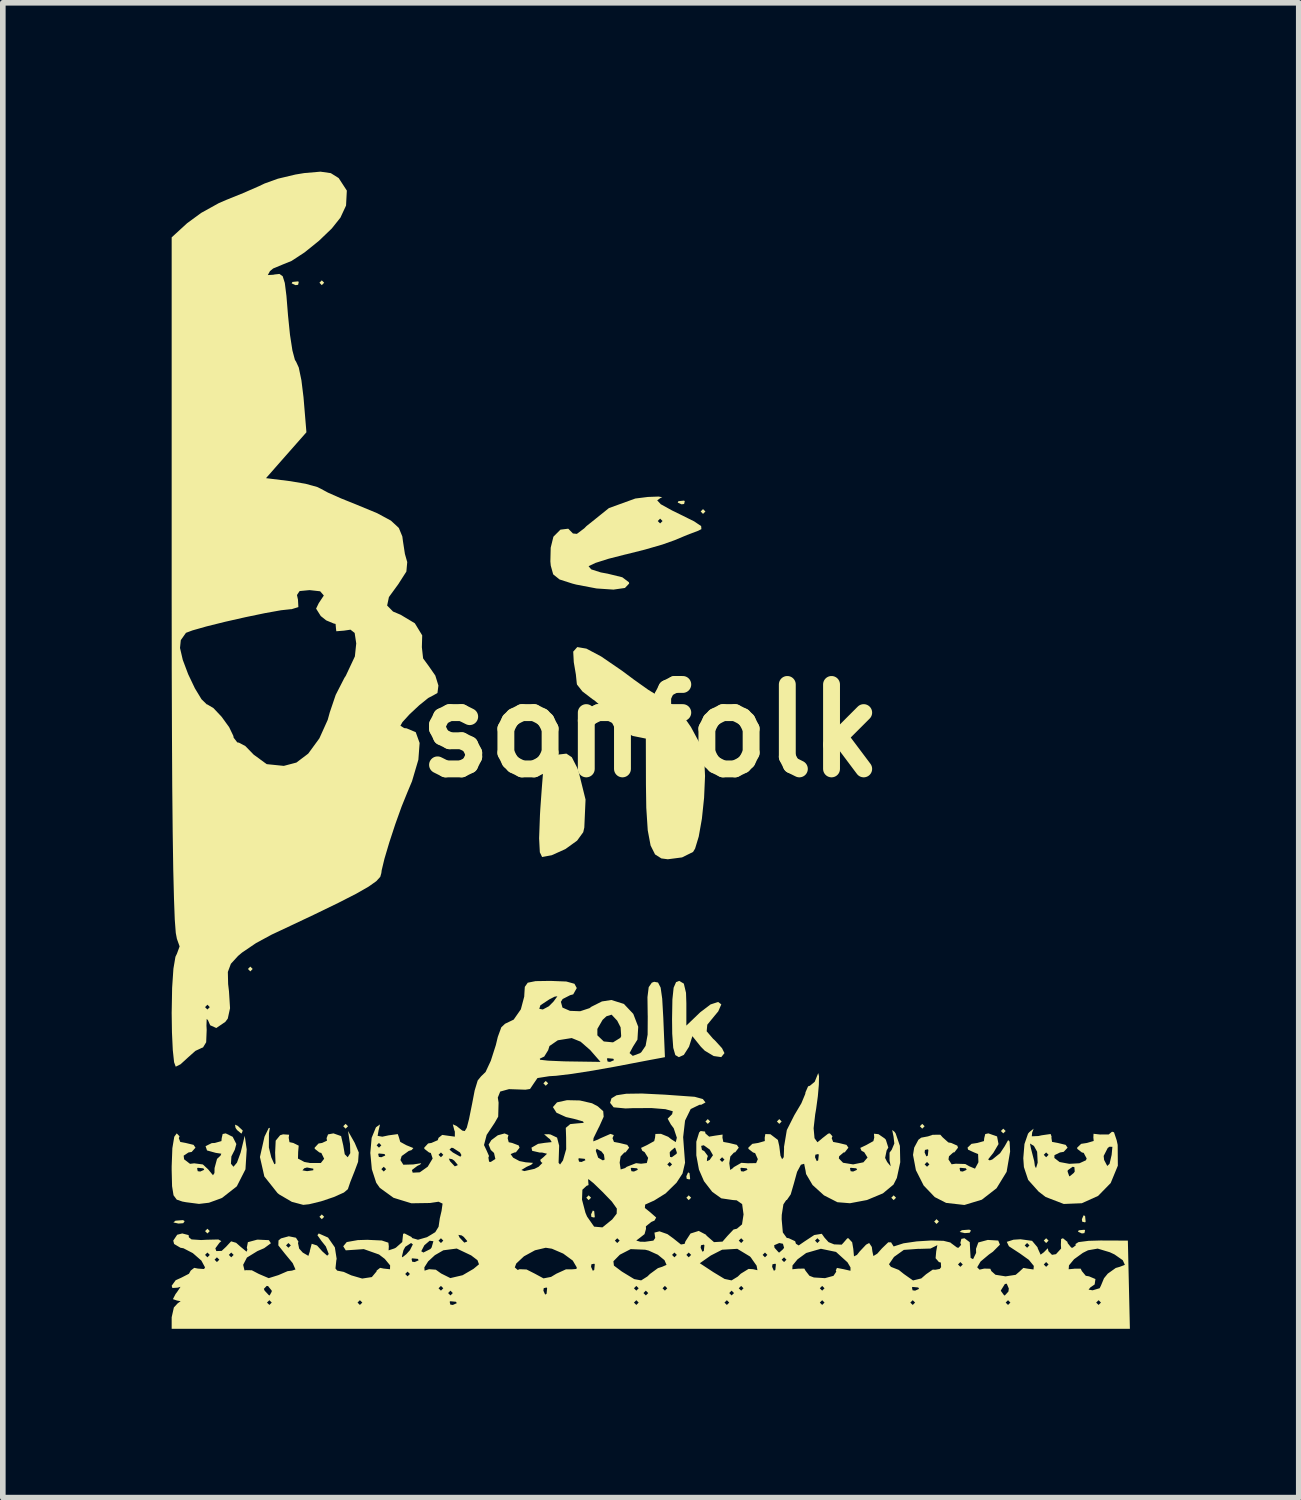
<source format=kicad_pcb>
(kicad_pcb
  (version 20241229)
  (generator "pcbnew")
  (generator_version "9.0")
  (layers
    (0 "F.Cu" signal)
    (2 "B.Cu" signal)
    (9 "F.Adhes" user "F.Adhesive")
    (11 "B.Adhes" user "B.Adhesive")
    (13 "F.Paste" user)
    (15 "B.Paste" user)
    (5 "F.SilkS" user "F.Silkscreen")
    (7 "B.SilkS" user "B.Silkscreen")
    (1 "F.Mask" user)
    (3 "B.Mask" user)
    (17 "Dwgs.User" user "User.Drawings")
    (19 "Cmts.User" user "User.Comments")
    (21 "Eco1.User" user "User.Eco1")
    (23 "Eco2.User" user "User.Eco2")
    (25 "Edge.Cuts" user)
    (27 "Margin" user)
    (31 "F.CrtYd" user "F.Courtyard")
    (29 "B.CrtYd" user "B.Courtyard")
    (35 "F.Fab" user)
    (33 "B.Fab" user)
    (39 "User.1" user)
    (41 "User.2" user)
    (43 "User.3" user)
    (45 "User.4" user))
  (footprint "sonfolk"
    (layer "F.Cu")
    (at 8.509 9.932)
    (property "Reference" "sonfolk" (at 0 0 0) (layer "F.SilkS") (effects (font (size 1.5 1.5) (thickness 0.3))))
    (attr board_only exclude_from_pos_files exclude_from_bom)
    (fp_poly (pts (xy -7.832 8.89) (xy -7.874 8.932) (xy -7.916 8.89) (xy -7.874 8.848)) (stroke (width 0) (type solid)) (fill yes) (layer "F.SilkS"))
    (fp_poly (pts (xy -7.07 4.233) (xy -7.112 4.276) (xy -7.154 4.233) (xy -7.112 4.191)) (stroke (width 0) (type solid)) (fill yes) (layer "F.SilkS"))
    (fp_poly (pts (xy -5.8 -7.959) (xy -5.842 -7.916) (xy -5.884 -7.959) (xy -5.842 -8.001)) (stroke (width 0) (type solid)) (fill yes) (layer "F.SilkS"))
    (fp_poly (pts (xy -5.8 8.636) (xy -5.842 8.678) (xy -5.884 8.636) (xy -5.842 8.594)) (stroke (width 0) (type solid)) (fill yes) (layer "F.SilkS"))
    (fp_poly (pts (xy -5.376 7.027) (xy -5.419 7.07) (xy -5.461 7.027) (xy -5.419 6.985)) (stroke (width 0) (type solid)) (fill yes) (layer "F.SilkS"))
    (fp_poly (pts (xy -1.82 6.265) (xy -1.863 6.308) (xy -1.905 6.265) (xy -1.863 6.223)) (stroke (width 0) (type solid)) (fill yes) (layer "F.SilkS"))
    (fp_poly (pts (xy -1.058 8.297) (xy -1.101 8.34) (xy -1.143 8.297) (xy -1.101 8.255)) (stroke (width 0) (type solid)) (fill yes) (layer "F.SilkS"))
    (fp_poly (pts (xy 0.72 8.297) (xy 0.677 8.34) (xy 0.635 8.297) (xy 0.677 8.255)) (stroke (width 0) (type solid)) (fill yes) (layer "F.SilkS"))
    (fp_poly (pts (xy 0.974 -3.895) (xy 0.931 -3.852) (xy 0.889 -3.895) (xy 0.931 -3.937)) (stroke (width 0) (type solid)) (fill yes) (layer "F.SilkS"))
    (fp_poly (pts (xy 1.058 6.943) (xy 1.016 6.985) (xy 0.974 6.943) (xy 1.016 6.9)) (stroke (width 0) (type solid)) (fill yes) (layer "F.SilkS"))
    (fp_poly (pts (xy 2.328 6.943) (xy 2.286 6.985) (xy 2.244 6.943) (xy 2.286 6.9)) (stroke (width 0) (type solid)) (fill yes) (layer "F.SilkS"))
    (fp_poly (pts (xy 4.36 8.297) (xy 4.318 8.34) (xy 4.276 8.297) (xy 4.318 8.255)) (stroke (width 0) (type solid)) (fill yes) (layer "F.SilkS"))
    (fp_poly (pts (xy 4.868 7.027) (xy 4.826 7.07) (xy 4.784 7.027) (xy 4.826 6.985)) (stroke (width 0) (type solid)) (fill yes) (layer "F.SilkS"))
    (fp_poly (pts (xy 5.122 8.721) (xy 5.08 8.763) (xy 5.038 8.721) (xy 5.08 8.678)) (stroke (width 0) (type solid)) (fill yes) (layer "F.SilkS"))
    (fp_poly (pts (xy 6.308 7.112) (xy 6.265 7.154) (xy 6.223 7.112) (xy 6.265 7.07)) (stroke (width 0) (type solid)) (fill yes) (layer "F.SilkS"))
    (fp_poly (pts (xy 7.07 9.059) (xy 7.027 9.102) (xy 6.985 9.059) (xy 7.027 9.017)) (stroke (width 0) (type solid)) (fill yes) (layer "F.SilkS"))
    (fp_poly (pts (xy -8.278 8.712) (xy -8.303 8.75) (xy -8.389 8.756) (xy -8.479 8.736) (xy -8.44 8.705) (xy -8.308 8.695)) (stroke (width 0) (type solid)) (fill yes) (layer "F.SilkS"))
    (fp_poly (pts (xy -6.251 -7.973) (xy -6.263 -7.922) (xy -6.308 -7.916) (xy -6.377 -7.947) (xy -6.364 -7.973) (xy -6.264 -7.983)) (stroke (width 0) (type solid)) (fill yes) (layer "F.SilkS"))
    (fp_poly (pts (xy -1.002 8.537) (xy -0.992 8.638) (xy -1.002 8.65) (xy -1.052 8.638) (xy -1.058 8.594) (xy -1.027 8.524)) (stroke (width 0) (type solid)) (fill yes) (layer "F.SilkS"))
    (fp_poly (pts (xy 0.607 -4.078) (xy 0.595 -4.028) (xy 0.55 -4.022) (xy 0.481 -4.053) (xy 0.494 -4.078) (xy 0.594 -4.088)) (stroke (width 0) (type solid)) (fill yes) (layer "F.SilkS"))
    (fp_poly (pts (xy 0.691 7.86) (xy 0.702 7.96) (xy 0.691 7.973) (xy 0.641 7.961) (xy 0.635 7.916) (xy 0.666 7.847)) (stroke (width 0) (type solid)) (fill yes) (layer "F.SilkS"))
    (fp_poly (pts (xy 5.692 8.881) (xy 5.667 8.92) (xy 5.581 8.926) (xy 5.491 8.905) (xy 5.53 8.874) (xy 5.662 8.864)) (stroke (width 0) (type solid)) (fill yes) (layer "F.SilkS"))
    (fp_poly (pts (xy 7.719 8.622) (xy 7.729 8.722) (xy 7.719 8.735) (xy 7.668 8.723) (xy 7.662 8.678) (xy 7.693 8.609)) (stroke (width 0) (type solid)) (fill yes) (layer "F.SilkS"))
    (fp_poly (pts (xy 7.719 8.876) (xy 7.707 8.926) (xy 7.662 8.932) (xy 7.593 8.901) (xy 7.606 8.876) (xy 7.706 8.866)) (stroke (width 0) (type solid)) (fill yes) (layer "F.SilkS"))
    (fp_poly (pts (xy -7.337 7.019) (xy -7.246 7.104) (xy -7.265 7.154) (xy -7.276 7.154) (xy -7.348 7.094) (xy -7.374 7.057) (xy -7.384 6.999)) (stroke (width 0) (type solid)) (fill yes) (layer "F.SilkS"))
    (fp_poly (pts (xy -1.4 0.471) (xy -1.307 0.653) (xy -1.282 0.715) (xy -1.156 1.223) (xy -1.178 1.72) (xy -1.197 1.803) (xy -1.306 1.953) (xy -1.514 2.103) (xy -1.756 2.212) (xy -1.928 2.244) (xy -1.968 2.16) (xy -1.981 1.912) (xy -1.966 1.501) (xy -1.959 1.381) (xy -1.933 1.02) (xy -1.91 0.729) (xy -1.891 0.545) (xy -1.882 0.499) (xy -1.795 0.466) (xy -1.641 0.424) (xy -1.496 0.407)) (stroke (width 0) (type solid)) (fill yes) (layer "F.SilkS"))
    (fp_poly (pts (xy 0.59 4.493) (xy 0.629 4.657) (xy 0.635 4.842) (xy 0.635 5.239) (xy 0.882 5.002) (xy 1.065 4.863) (xy 1.2 4.819) (xy 1.256 4.862) (xy 1.202 4.986) (xy 1.142 5.058) (xy 1.007 5.223) (xy 0.996 5.34) (xy 1.11 5.473) (xy 1.143 5.503) (xy 1.269 5.641) (xy 1.312 5.728) (xy 1.255 5.799) (xy 1.121 5.78) (xy 0.963 5.686) (xy 0.892 5.614) (xy 0.742 5.427) (xy 0.683 5.614) (xy 0.59 5.76) (xy 0.502 5.8) (xy 0.439 5.763) (xy 0.402 5.634) (xy 0.384 5.384) (xy 0.381 5.122) (xy 0.387 4.775) (xy 0.409 4.566) (xy 0.452 4.467) (xy 0.508 4.445)) (stroke (width 0) (type solid)) (fill yes) (layer "F.SilkS"))
    (fp_poly (pts (xy -1.14 -1.458) (xy -0.877 -1.318) (xy -0.506 -1.064) (xy -0.289 -0.902) (xy -0.042 -0.727) (xy 0.179 -0.591) (xy 0.273 -0.545) (xy 0.423 -0.434) (xy 0.604 -0.228) (xy 0.716 -0.066) (xy 0.881 0.24) (xy 0.954 0.526) (xy 0.967 0.804) (xy 0.95 1.192) (xy 0.911 1.565) (xy 0.855 1.881) (xy 0.79 2.095) (xy 0.754 2.154) (xy 0.559 2.251) (xy 0.306 2.284) (xy 0.191 2.269) (xy 0.079 2.198) (xy -0.000426 2.039) (xy -0.051 1.77) (xy -0.077 1.369) (xy -0.083 0.959) (xy -0.085 0.14) (xy -0.318 0.093) (xy -0.55 -0.03) (xy -0.65 -0.169) (xy -0.789 -0.358) (xy -0.999 -0.539) (xy -1.031 -0.559) (xy -1.211 -0.697) (xy -1.308 -0.82) (xy -1.312 -0.843) (xy -1.328 -1) (xy -1.365 -1.217) (xy -1.375 -1.405) (xy -1.303 -1.486)) (stroke (width 0) (type solid)) (fill yes) (layer "F.SilkS"))
    (fp_poly (pts (xy 0.207 -4.148) (xy 0.173 -4.133) (xy 0.117 -4.093) (xy 0.18 -4.024) (xy 0.379 -3.914) (xy 0.512 -3.849) (xy 0.774 -3.719) (xy 0.898 -3.635) (xy 0.902 -3.581) (xy 0.847 -3.553) (xy 0.647 -3.477) (xy 0.422 -3.383) (xy 0.211 -3.308) (xy -0.1 -3.218) (xy -0.442 -3.132) (xy -0.445 -3.132) (xy -0.747 -3.055) (xy -0.98 -2.981) (xy -1.097 -2.925) (xy -1.101 -2.92) (xy -1.054 -2.866) (xy -0.884 -2.812) (xy -0.764 -2.79) (xy -0.503 -2.726) (xy -0.386 -2.638) (xy -0.381 -2.615) (xy -0.456 -2.536) (xy -0.66 -2.507) (xy -0.96 -2.527) (xy -1.321 -2.596) (xy -1.387 -2.613) (xy -1.618 -2.687) (xy -1.731 -2.778) (xy -1.774 -2.933) (xy -1.781 -3.007) (xy -1.775 -3.252) (xy -1.728 -3.443) (xy -1.724 -3.45) (xy -1.602 -3.572) (xy -1.463 -3.589) (xy -1.38 -3.504) (xy -1.31 -3.497) (xy -1.178 -3.596) (xy -1.14 -3.635) (xy -1.027 -3.725) (xy 0.127 -3.725) (xy 0.169 -3.683) (xy 0.212 -3.725) (xy 0.169 -3.768) (xy 0.127 -3.725) (xy -1.027 -3.725) (xy -0.741 -3.955) (xy -0.272 -4.125) (xy -0.048 -4.153) (xy 0.142 -4.16)) (stroke (width 0) (type solid)) (fill yes) (layer "F.SilkS"))
    (fp_poly (pts (xy -7.425 7.215) (xy -7.36 7.343) (xy -7.388 7.445) (xy -7.448 7.563) (xy -7.456 7.693) (xy -7.411 7.747) (xy -7.349 7.674) (xy -7.284 7.496) (xy -7.278 7.472) (xy -7.211 7.197) (xy -7.176 7.439) (xy -7.198 7.792) (xy -7.352 8.095) (xy -7.612 8.299) (xy -7.632 8.308) (xy -7.846 8.386) (xy -8.023 8.407) (xy -8.254 8.377) (xy -8.319 8.365) (xy -8.419 8.331) (xy -8.476 8.254) (xy -8.502 8.092) (xy -8.509 7.808) (xy -8.509 7.775) (xy -8.057 7.775) (xy -8.046 7.826) (xy -8.001 7.832) (xy -7.931 7.801) (xy -7.945 7.775) (xy -8.045 7.765) (xy -8.057 7.775) (xy -8.509 7.775) (xy -8.509 7.741) (xy -8.497 7.418) (xy -8.463 7.214) (xy -8.419 7.154) (xy -8.369 7.206) (xy -8.382 7.239) (xy -8.356 7.306) (xy -8.26 7.324) (xy -8.12 7.358) (xy -8.086 7.408) (xy -8.154 7.484) (xy -8.21 7.493) (xy -8.296 7.55) (xy -8.288 7.615) (xy -8.183 7.695) (xy -8.109 7.686) (xy -7.955 7.706) (xy -7.862 7.792) (xy -7.775 7.898) (xy -7.749 7.858) (xy -7.747 7.77) (xy -7.703 7.607) (xy -7.641 7.549) (xy -7.627 7.515) (xy -7.726 7.5) (xy -7.881 7.457) (xy -7.907 7.381) (xy -7.797 7.327) (xy -7.742 7.324) (xy -7.625 7.291) (xy -7.62 7.239) (xy -7.603 7.165) (xy -7.549 7.154)) (stroke (width 0) (type solid)) (fill yes) (layer "F.SilkS"))
    (fp_poly (pts (xy -6.781 7.156) (xy -6.782 7.404) (xy -6.739 7.58) (xy -6.684 7.704) (xy -6.664 7.688) (xy -6.67 7.519) (xy -6.671 7.496) (xy -6.661 7.283) (xy -6.582 7.187) (xy -6.53 7.171) (xy -6.422 7.178) (xy -6.43 7.231) (xy -6.416 7.31) (xy -6.349 7.324) (xy -6.252 7.372) (xy -6.262 7.483) (xy -6.265 7.602) (xy -6.149 7.663) (xy -6.056 7.68) (xy -5.859 7.68) (xy -5.8 7.605) (xy -5.85 7.502) (xy -5.884 7.493) (xy -5.967 7.429) (xy -5.969 7.408) (xy -5.9 7.334) (xy -5.837 7.324) (xy -5.749 7.283) (xy -5.757 7.239) (xy -5.731 7.172) (xy -5.635 7.154) (xy -5.499 7.202) (xy -5.461 7.366) (xy -5.434 7.525) (xy -5.382 7.578) (xy -5.336 7.506) (xy -5.34 7.345) (xy -5.376 7.112) (xy -5.257 7.323) (xy -5.185 7.493) (xy -5.197 7.659) (xy -5.257 7.82) (xy -5.335 8.017) (xy -5.375 8.134) (xy -5.376 8.143) (xy -5.449 8.205) (xy -5.628 8.285) (xy -5.854 8.361) (xy -6.068 8.413) (xy -6.171 8.424) (xy -6.373 8.371) (xy -6.598 8.239) (xy -6.629 8.214) (xy -6.863 7.919) (xy -6.887 7.811) (xy -6.186 7.811) (xy -6.103 7.825) (xy -5.993 7.809) (xy -5.992 7.781) (xy -6.105 7.76) (xy -6.154 7.774) (xy -6.186 7.811) (xy -6.887 7.811) (xy -6.941 7.574) (xy -6.86 7.214) (xy -6.785 7.059) (xy -6.765 7.056)) (stroke (width 0) (type solid)) (fill yes) (layer "F.SilkS"))
    (fp_poly (pts (xy 6.155 7.208) (xy 6.181 7.344) (xy 6.088 7.502) (xy 5.996 7.616) (xy 6.024 7.634) (xy 6.069 7.619) (xy 6.209 7.506) (xy 6.291 7.382) (xy 6.352 7.273) (xy 6.378 7.3) (xy 6.387 7.476) (xy 6.325 7.837) (xy 6.146 8.129) (xy 5.885 8.332) (xy 5.575 8.426) (xy 5.25 8.389) (xy 5.048 8.286) (xy 4.851 8.08) (xy 4.713 7.807) (xy 4.707 7.775) (xy 5.489 7.775) (xy 5.501 7.826) (xy 5.546 7.832) (xy 5.615 7.801) (xy 5.602 7.775) (xy 5.502 7.765) (xy 5.489 7.775) (xy 4.707 7.775) (xy 4.694 7.705) (xy 4.868 7.705) (xy 4.911 7.747) (xy 4.953 7.705) (xy 4.911 7.662) (xy 4.868 7.705) (xy 4.694 7.705) (xy 4.662 7.537) (xy 4.669 7.493) (xy 4.868 7.493) (xy 4.899 7.563) (xy 4.925 7.549) (xy 4.935 7.449) (xy 4.925 7.437) (xy 4.874 7.448) (xy 4.868 7.493) (xy 4.669 7.493) (xy 4.683 7.407) (xy 4.758 7.267) (xy 4.808 7.23) (xy 4.929 7.207) (xy 5.011 7.179) (xy 5.147 7.178) (xy 5.188 7.224) (xy 5.29 7.315) (xy 5.341 7.324) (xy 5.449 7.372) (xy 5.461 7.408) (xy 5.397 7.491) (xy 5.376 7.493) (xy 5.301 7.561) (xy 5.292 7.617) (xy 5.348 7.703) (xy 5.42 7.693) (xy 5.59 7.698) (xy 5.663 7.739) (xy 5.763 7.781) (xy 5.822 7.671) (xy 5.824 7.664) (xy 5.818 7.521) (xy 5.749 7.493) (xy 5.642 7.445) (xy 5.63 7.408) (xy 5.701 7.34) (xy 5.805 7.324) (xy 5.922 7.291) (xy 5.927 7.239) (xy 5.945 7.166) (xy 6.001 7.154)) (stroke (width 0) (type solid)) (fill yes) (layer "F.SilkS"))
    (fp_poly (pts (xy 6.782 7.132) (xy 6.779 7.137) (xy 6.772 7.206) (xy 6.89 7.201) (xy 6.948 7.188) (xy 7.107 7.165) (xy 7.125 7.217) (xy 7.12 7.227) (xy 7.132 7.305) (xy 7.234 7.324) (xy 7.374 7.358) (xy 7.408 7.408) (xy 7.339 7.482) (xy 7.274 7.493) (xy 7.175 7.541) (xy 7.173 7.591) (xy 7.266 7.663) (xy 7.439 7.695) (xy 7.618 7.685) (xy 7.734 7.632) (xy 7.747 7.599) (xy 7.723 7.555) (xy 8.049 7.555) (xy 8.057 7.626) (xy 8.113 7.733) (xy 8.154 7.694) (xy 8.191 7.535) (xy 8.204 7.393) (xy 8.152 7.391) (xy 8.121 7.414) (xy 8.049 7.555) (xy 7.723 7.555) (xy 7.694 7.5) (xy 7.662 7.493) (xy 7.58 7.429) (xy 7.578 7.408) (xy 7.649 7.34) (xy 7.752 7.324) (xy 7.872 7.289) (xy 7.866 7.226) (xy 7.869 7.161) (xy 7.984 7.174) (xy 8.139 7.173) (xy 8.198 7.124) (xy 8.233 7.135) (xy 8.28 7.276) (xy 8.298 7.358) (xy 8.301 7.728) (xy 8.174 8.036) (xy 7.95 8.265) (xy 7.661 8.395) (xy 7.34 8.408) (xy 7.018 8.284) (xy 6.893 8.188) (xy 6.708 7.981) (xy 6.658 7.832) (xy 7.408 7.832) (xy 7.437 7.914) (xy 7.446 7.916) (xy 7.518 7.857) (xy 7.535 7.832) (xy 7.529 7.754) (xy 7.498 7.747) (xy 7.412 7.808) (xy 7.408 7.832) (xy 6.658 7.832) (xy 6.632 7.752) (xy 6.621 7.595) (xy 6.642 7.342) (xy 6.645 7.334) (xy 6.74 7.334) (xy 6.758 7.427) (xy 6.761 7.436) (xy 6.815 7.646) (xy 6.827 7.733) (xy 6.847 7.772) (xy 6.877 7.674) (xy 6.87 7.535) (xy 6.985 7.535) (xy 7.027 7.578) (xy 7.07 7.535) (xy 7.027 7.493) (xy 6.985 7.535) (xy 6.87 7.535) (xy 6.867 7.48) (xy 6.81 7.377) (xy 6.74 7.334) (xy 6.645 7.334) (xy 6.705 7.16) (xy 6.727 7.133) (xy 6.805 7.07)) (stroke (width 0) (type solid)) (fill yes) (layer "F.SilkS"))
    (fp_poly (pts (xy -5.682 -9.906) (xy -5.546 -9.821) (xy -5.541 -9.817) (xy -5.397 -9.596) (xy -5.411 -9.33) (xy -5.511 -9.115) (xy -5.664 -8.923) (xy -5.892 -8.704) (xy -6.146 -8.499) (xy -6.378 -8.347) (xy -6.523 -8.288) (xy -6.706 -8.212) (xy -6.763 -8.165) (xy -6.801 -8.095) (xy -6.7 -8.101) (xy -6.679 -8.106) (xy -6.594 -8.115) (xy -6.537 -8.075) (xy -6.499 -7.955) (xy -6.47 -7.725) (xy -6.442 -7.379) (xy -6.407 -7.034) (xy -6.364 -6.756) (xy -6.319 -6.587) (xy -6.299 -6.557) (xy -6.251 -6.452) (xy -6.204 -6.226) (xy -6.167 -5.926) (xy -6.165 -5.903) (xy -6.115 -5.302) (xy -6.474 -4.895) (xy -6.833 -4.487) (xy -6.399 -4.433) (xy -6.13 -4.387) (xy -5.924 -4.33) (xy -5.862 -4.3) (xy -5.732 -4.23) (xy -5.497 -4.126) (xy -5.236 -4.021) (xy -4.857 -3.864) (xy -4.613 -3.732) (xy -4.473 -3.602) (xy -4.411 -3.451) (xy -4.4 -3.367) (xy -4.365 -3.14) (xy -4.324 -2.996) (xy -4.339 -2.828) (xy -4.483 -2.603) (xy -4.649 -2.375) (xy -4.681 -2.224) (xy -4.576 -2.117) (xy -4.443 -2.061) (xy -4.189 -1.909) (xy -4.058 -1.694) (xy -4.064 -1.483) (xy -4.042 -1.285) (xy -3.941 -1.147) (xy -3.825 -0.98) (xy -3.77 -0.802) (xy -3.787 -0.67) (xy -3.849 -0.635) (xy -3.951 -0.581) (xy -4.112 -0.451) (xy -4.282 -0.292) (xy -4.409 -0.153) (xy -4.445 -0.088) (xy -4.377 -0.046) (xy -4.335 -0.042) (xy -4.173 0.026) (xy -4.104 0.218) (xy -4.126 0.515) (xy -4.239 0.898) (xy -4.324 1.101) (xy -4.424 1.348) (xy -4.536 1.66) (xy -4.643 1.986) (xy -4.729 2.276) (xy -4.778 2.48) (xy -4.784 2.529) (xy -4.803 2.596) (xy -4.873 2.673) (xy -5.01 2.77) (xy -5.23 2.896) (xy -5.551 3.06) (xy -5.988 3.272) (xy -6.56 3.542) (xy -6.731 3.622) (xy -7.01 3.773) (xy -7.259 3.942) (xy -7.329 4.001) (xy -7.457 4.141) (xy -7.511 4.286) (xy -7.506 4.502) (xy -7.491 4.628) (xy -7.472 4.93) (xy -7.512 5.114) (xy -7.556 5.173) (xy -7.716 5.282) (xy -7.825 5.233) (xy -7.864 5.143) (xy -7.887 5.12) (xy -7.891 5.239) (xy -7.887 5.313) (xy -7.896 5.535) (xy -7.953 5.629) (xy -7.963 5.63) (xy -8.087 5.688) (xy -8.213 5.8) (xy -8.351 5.926) (xy -8.437 5.969) (xy -8.466 5.89) (xy -8.489 5.675) (xy -8.504 5.359) (xy -8.509 5.012) (xy -8.507 4.911) (xy -7.916 4.911) (xy -7.874 4.953) (xy -7.832 4.911) (xy -7.874 4.868) (xy -7.916 4.911) (xy -8.507 4.911) (xy -8.501 4.568) (xy -8.478 4.228) (xy -8.442 4.016) (xy -8.416 3.963) (xy -8.368 3.832) (xy -8.416 3.698) (xy -8.436 3.593) (xy -8.454 3.356) (xy -8.468 2.981) (xy -8.481 2.465) (xy -8.491 1.802) (xy -8.499 0.989) (xy -8.504 0.02) (xy -8.508 -1.108) (xy -8.508 -1.47) (xy -8.361 -1.47) (xy -8.312 -1.259) (xy -8.216 -1.004) (xy -8.097 -0.754) (xy -7.979 -0.559) (xy -7.885 -0.467) (xy -7.875 -0.466) (xy -7.766 -0.401) (xy -7.622 -0.248) (xy -7.488 -0.063) (xy -7.413 0.093) (xy -7.408 0.124) (xy -7.343 0.208) (xy -7.315 0.212) (xy -7.201 0.272) (xy -7.058 0.419) (xy -7.055 0.423) (xy -6.821 0.594) (xy -6.517 0.625) (xy -6.293 0.566) (xy -6.083 0.407) (xy -5.885 0.136) (xy -5.737 -0.192) (xy -5.701 -0.323) (xy -5.595 -0.636) (xy -5.44 -0.939) (xy -5.416 -0.975) (xy -5.254 -1.32) (xy -5.23 -1.551) (xy -5.258 -1.737) (xy -5.332 -1.795) (xy -5.447 -1.778) (xy -5.584 -1.767) (xy -5.59 -1.817) (xy -5.597 -1.897) (xy -5.631 -1.905) (xy -5.763 -1.96) (xy -5.86 -2.037) (xy -5.943 -2.169) (xy -5.896 -2.266) (xy -5.806 -2.402) (xy -5.871 -2.477) (xy -6.059 -2.498) (xy -6.236 -2.481) (xy -6.283 -2.411) (xy -6.265 -2.328) (xy -6.258 -2.196) (xy -6.379 -2.159) (xy -6.392 -2.159) (xy -6.567 -2.14) (xy -6.851 -2.089) (xy -7.198 -2.017) (xy -7.56 -1.935) (xy -7.89 -1.853) (xy -8.14 -1.782) (xy -8.255 -1.739) (xy -8.347 -1.609) (xy -8.361 -1.47) (xy -8.508 -1.47) (xy -8.509 -2.401) (xy -8.509 -2.62) (xy -8.509 -8.765) (xy -8.234 -9.017) (xy -7.984 -9.2) (xy -7.672 -9.373) (xy -7.535 -9.432) (xy -7.236 -9.553) (xy -6.959 -9.674) (xy -6.858 -9.722) (xy -6.622 -9.807) (xy -6.311 -9.881) (xy -6.155 -9.907) (xy -5.865 -9.932)) (stroke (width 0) (type solid)) (fill yes) (layer "F.SilkS"))
    (fp_poly (pts (xy -1.497 4.456) (xy -1.353 4.496) (xy -1.312 4.572) (xy -1.375 4.684) (xy -1.43 4.699) (xy -1.563 4.767) (xy -1.594 4.817) (xy -1.566 4.919) (xy -1.433 4.977) (xy -1.252 4.984) (xy -1.085 4.929) (xy -1.052 4.904) (xy -0.865 4.81) (xy -0.697 4.784) (xy -0.475 4.854) (xy -0.308 5.031) (xy -0.22 5.26) (xy -0.234 5.488) (xy -0.312 5.612) (xy -0.374 5.727) (xy -0.317 5.777) (xy -0.188 5.729) (xy -0.166 5.712) (xy -0.089 5.599) (xy -0.053 5.399) (xy -0.051 5.073) (xy -0.052 5.044) (xy -0.056 4.734) (xy -0.034 4.557) (xy 0.021 4.477) (xy 0.063 4.461) (xy 0.132 4.474) (xy 0.178 4.564) (xy 0.206 4.761) (xy 0.225 5.096) (xy 0.226 5.118) (xy 0.239 5.433) (xy 0.249 5.672) (xy 0.254 5.792) (xy 0.254 5.8) (xy 0.176 5.815) (xy -0.034 5.854) (xy -0.342 5.913) (xy -0.635 5.969) (xy -1.034 6.04) (xy -1.399 6.097) (xy -1.681 6.131) (xy -1.799 6.138) (xy -2.01 6.171) (xy -2.074 6.264) (xy -2.142 6.365) (xy -2.223 6.378) (xy -2.516 6.368) (xy -2.672 6.411) (xy -2.715 6.518) (xy -2.701 6.607) (xy -2.708 6.857) (xy -2.771 6.967) (xy -2.913 7.181) (xy -2.96 7.361) (xy -2.916 7.454) (xy -2.871 7.556) (xy -2.882 7.584) (xy -2.87 7.657) (xy -2.841 7.662) (xy -2.758 7.609) (xy -2.782 7.502) (xy -2.84 7.448) (xy -2.878 7.353) (xy -2.83 7.274) (xy -2.715 7.188) (xy -2.594 7.155) (xy -2.526 7.184) (xy -2.54 7.239) (xy -2.521 7.311) (xy -2.46 7.324) (xy -2.344 7.368) (xy -2.328 7.408) (xy -2.393 7.49) (xy -2.418 7.493) (xy -2.487 7.522) (xy -2.443 7.585) (xy -2.33 7.646) (xy -2.218 7.668) (xy -2.088 7.678) (xy -2.122 7.712) (xy -2.201 7.747) (xy -2.297 7.805) (xy -2.244 7.824) (xy -2.063 7.784) (xy -1.99 7.747) (xy -1.922 7.679) (xy -1.947 7.662) (xy -1.962 7.625) (xy -1.905 7.578) (xy -1.84 7.516) (xy -1.924 7.495) (xy -1.973 7.494) (xy -2.104 7.464) (xy -2.117 7.408) (xy -1.999 7.34) (xy -1.879 7.322) (xy -1.757 7.309) (xy -1.789 7.256) (xy -1.82 7.233) (xy -1.892 7.17) (xy -1.812 7.169) (xy -1.778 7.174) (xy -1.662 7.229) (xy -1.625 7.372) (xy -1.629 7.496) (xy -1.635 7.676) (xy -1.609 7.707) (xy -1.557 7.634) (xy -1.549 7.606) (xy -1.284 7.606) (xy -1.272 7.656) (xy -1.228 7.662) (xy -1.158 7.631) (xy -1.171 7.606) (xy -1.272 7.596) (xy -1.284 7.606) (xy -1.549 7.606) (xy -1.508 7.462) (xy -0.974 7.462) (xy -0.932 7.586) (xy -0.848 7.634) (xy -0.817 7.619) (xy -0.829 7.532) (xy -0.873 7.475) (xy -0.959 7.427) (xy -0.974 7.462) (xy -1.508 7.462) (xy -1.5 7.436) (xy -1.501 7.231) (xy -1.507 7.056) (xy -1.428 6.989) (xy -1.319 6.978) (xy -1.188 6.967) (xy -1.201 6.941) (xy -1.366 6.895) (xy -1.503 6.864) (xy -1.672 6.787) (xy -1.736 6.687) (xy -1.663 6.603) (xy -1.485 6.564) (xy -1.258 6.569) (xy -1.041 6.619) (xy -0.938 6.674) (xy -0.842 6.76) (xy -0.834 6.858) (xy -0.912 7.032) (xy -0.927 7.06) (xy -1.014 7.238) (xy -1.019 7.296) (xy -0.936 7.264) (xy -0.9 7.245) (xy -0.713 7.163) (xy -0.654 7.184) (xy -0.677 7.239) (xy -0.651 7.306) (xy -0.555 7.324) (xy -0.415 7.358) (xy -0.381 7.408) (xy -0.445 7.491) (xy -0.466 7.493) (xy -0.533 7.564) (xy -0.55 7.673) (xy -0.532 7.795) (xy -0.468 7.775) (xy -0.353 7.775) (xy -0.341 7.826) (xy -0.296 7.832) (xy -0.227 7.801) (xy -0.24 7.775) (xy -0.34 7.765) (xy -0.353 7.775) (xy -0.468 7.775) (xy -0.453 7.77) (xy -0.424 7.748) (xy -0.314 7.705) (xy 0.296 7.705) (xy 0.339 7.747) (xy 0.381 7.705) (xy 0.339 7.662) (xy 0.296 7.705) (xy -0.314 7.705) (xy -0.258 7.683) (xy -0.17 7.693) (xy -0.068 7.681) (xy -0.044 7.589) (xy -0.103 7.493) (xy 0.339 7.493) (xy 0.345 7.571) (xy 0.376 7.578) (xy 0.462 7.516) (xy 0.466 7.493) (xy 0.437 7.411) (xy 0.428 7.408) (xy 0.356 7.468) (xy 0.339 7.493) (xy -0.103 7.493) (xy -0.107 7.487) (xy -0.148 7.463) (xy -0.17 7.412) (xy -0.064 7.362) (xy 0.064 7.291) (xy 0.079 7.229) (xy 0.085 7.164) (xy 0.184 7.162) (xy 0.313 7.215) (xy 0.364 7.256) (xy 0.447 7.309) (xy 0.466 7.231) (xy 0.41 7.062) (xy 0.361 6.998) (xy 0.303 6.893) (xy 0.382 6.813) (xy 0.394 6.761) (xy 0.263 6.724) (xy 0.015 6.704) (xy -0.325 6.706) (xy -0.445 6.711) (xy -0.657 6.691) (xy -0.72 6.611) (xy -0.695 6.531) (xy -0.606 6.477) (xy -0.433 6.45) (xy -0.154 6.446) (xy 0.252 6.466) (xy 0.783 6.504) (xy 0.928 6.544) (xy 0.975 6.605) (xy 0.901 6.645) (xy 0.867 6.646) (xy 0.712 6.722) (xy 0.612 6.926) (xy 0.578 7.221) (xy 0.591 7.4) (xy 0.612 7.675) (xy 0.567 7.867) (xy 0.46 8.031) (xy 0.266 8.221) (xy 0.057 8.351) (xy 0.052 8.352) (xy -0.097 8.419) (xy -0.102 8.479) (xy -0.008 8.555) (xy 0.099 8.649) (xy 0.069 8.703) (xy 0.013 8.727) (xy -0.084 8.805) (xy -0.082 8.851) (xy -0.108 8.944) (xy -0.18 9.001) (xy -0.255 9.058) (xy -0.183 9.079) (xy -0.099 9.08) (xy 0.05 9.059) (xy 0.082 9.012) (xy 0.068 8.917) (xy 0.157 8.894) (xy 0.299 8.944) (xy 0.401 9.018) (xy 0.539 9.128) (xy 0.604 9.117) (xy 0.619 9.072) (xy 0.709 8.933) (xy 0.855 8.887) (xy 0.983 8.954) (xy 0.994 8.971) (xy 1.126 9.086) (xy 1.278 9.077) (xy 1.293 9.059) (xy 1.566 9.059) (xy 1.609 9.102) (xy 1.651 9.059) (xy 1.609 9.017) (xy 1.566 9.059) (xy 1.293 9.059) (xy 1.366 8.975) (xy 1.473 8.862) (xy 1.533 8.848) (xy 1.624 8.771) (xy 1.651 8.594) (xy 1.626 8.41) (xy 1.529 8.343) (xy 1.46 8.338) (xy 1.256 8.308) (xy 1.095 8.193) (xy 0.948 8.003) (xy 0.859 7.798) (xy 0.812 7.544) (xy 0.812 7.376) (xy 0.898 7.376) (xy 0.912 7.448) (xy 0.953 7.469) (xy 1.017 7.556) (xy 1.003 7.598) (xy 1 7.648) (xy 1.049 7.626) (xy 1.053 7.62) (xy 1.228 7.62) (xy 1.27 7.662) (xy 1.312 7.62) (xy 1.27 7.578) (xy 1.228 7.62) (xy 1.053 7.62) (xy 1.108 7.542) (xy 1.05 7.441) (xy 0.944 7.365) (xy 0.898 7.376) (xy 0.812 7.376) (xy 0.812 7.302) (xy 0.862 7.138) (xy 0.889 7.112) (xy 0.967 7.122) (xy 0.974 7.155) (xy 1.04 7.212) (xy 1.154 7.193) (xy 1.279 7.175) (xy 1.276 7.23) (xy 1.292 7.306) (xy 1.392 7.324) (xy 1.532 7.358) (xy 1.566 7.408) (xy 1.502 7.491) (xy 1.482 7.493) (xy 1.416 7.565) (xy 1.398 7.683) (xy 1.414 7.804) (xy 1.457 7.775) (xy 1.595 7.775) (xy 1.606 7.826) (xy 1.651 7.832) (xy 1.721 7.801) (xy 1.707 7.775) (xy 1.607 7.765) (xy 1.595 7.775) (xy 1.457 7.775) (xy 1.466 7.769) (xy 1.474 7.756) (xy 1.612 7.677) (xy 1.727 7.685) (xy 1.875 7.682) (xy 1.905 7.612) (xy 1.857 7.505) (xy 1.82 7.493) (xy 1.738 7.429) (xy 1.736 7.408) (xy 1.807 7.34) (xy 1.91 7.324) (xy 2.029 7.29) (xy 2.027 7.231) (xy 2.038 7.166) (xy 2.128 7.169) (xy 2.261 7.27) (xy 2.286 7.381) (xy 2.307 7.55) (xy 2.336 7.613) (xy 2.364 7.578) (xy 2.921 7.578) (xy 2.952 7.647) (xy 2.977 7.634) (xy 2.988 7.534) (xy 2.977 7.521) (xy 2.927 7.533) (xy 2.921 7.578) (xy 2.364 7.578) (xy 2.365 7.576) (xy 2.371 7.419) (xy 2.37 7.394) (xy 2.42 7.095) (xy 2.553 6.831) (xy 2.678 6.62) (xy 2.747 6.454) (xy 2.752 6.423) (xy 2.798 6.318) (xy 2.83 6.308) (xy 2.915 6.238) (xy 2.947 6.159) (xy 2.978 6.083) (xy 2.992 6.138) (xy 2.989 6.288) (xy 2.971 6.495) (xy 2.94 6.724) (xy 2.924 6.816) (xy 2.896 7.063) (xy 2.912 7.239) (xy 2.964 7.312) (xy 3.042 7.248) (xy 3.043 7.246) (xy 3.154 7.159) (xy 3.185 7.154) (xy 3.231 7.206) (xy 3.217 7.239) (xy 3.243 7.306) (xy 3.339 7.324) (xy 3.48 7.358) (xy 3.514 7.408) (xy 3.449 7.491) (xy 3.429 7.493) (xy 3.35 7.56) (xy 3.344 7.599) (xy 3.419 7.676) (xy 3.598 7.705) (xy 3.781 7.668) (xy 3.854 7.583) (xy 3.795 7.488) (xy 3.747 7.463) (xy 3.725 7.412) (xy 3.83 7.362) (xy 3.958 7.291) (xy 3.973 7.229) (xy 3.968 7.16) (xy 4.048 7.168) (xy 4.157 7.243) (xy 4.179 7.266) (xy 4.223 7.406) (xy 4.193 7.458) (xy 4.166 7.59) (xy 4.203 7.663) (xy 4.265 7.739) (xy 4.252 7.666) (xy 4.245 7.644) (xy 4.245 7.496) (xy 4.283 7.446) (xy 4.33 7.334) (xy 4.316 7.211) (xy 4.292 7.094) (xy 4.333 7.126) (xy 4.353 7.154) (xy 4.429 7.376) (xy 4.435 7.667) (xy 4.375 7.946) (xy 4.315 8.064) (xy 4.127 8.22) (xy 3.844 8.338) (xy 3.542 8.395) (xy 3.319 8.377) (xy 3.08 8.255) (xy 2.877 8.071) (xy 2.762 7.876) (xy 2.752 7.812) (xy 2.744 7.775) (xy 3.542 7.775) (xy 3.554 7.826) (xy 3.598 7.832) (xy 3.668 7.801) (xy 3.655 7.775) (xy 3.554 7.765) (xy 3.542 7.775) (xy 2.744 7.775) (xy 2.728 7.694) (xy 2.67 7.711) (xy 2.602 7.838) (xy 2.546 8.042) (xy 2.489 8.238) (xy 2.421 8.337) (xy 2.409 8.34) (xy 2.359 8.415) (xy 2.33 8.602) (xy 2.328 8.678) (xy 2.349 8.914) (xy 2.419 9.011) (xy 2.455 9.017) (xy 2.568 9.07) (xy 2.582 9.115) (xy 2.631 9.145) (xy 2.737 9.072) (xy 2.757 9.059) (xy 2.921 9.059) (xy 2.963 9.102) (xy 3.006 9.059) (xy 2.963 9.017) (xy 2.921 9.059) (xy 2.757 9.059) (xy 2.907 8.96) (xy 3.041 8.938) (xy 3.09 9.007) (xy 3.161 9.086) (xy 3.26 9.126) (xy 3.395 9.131) (xy 3.429 9.094) (xy 3.494 9.019) (xy 3.514 9.017) (xy 3.581 9.089) (xy 3.601 9.207) (xy 3.613 9.339) (xy 3.666 9.313) (xy 3.716 9.25) (xy 3.828 9.131) (xy 3.883 9.102) (xy 3.93 9.172) (xy 3.94 9.25) (xy 3.958 9.333) (xy 4.027 9.291) (xy 4.109 9.198) (xy 4.222 9.089) (xy 4.275 9.09) (xy 4.276 9.097) (xy 4.318 9.163) (xy 4.343 9.155) (xy 4.493 9.107) (xy 4.727 9.073) (xy 4.984 9.057) (xy 5.204 9.063) (xy 5.327 9.093) (xy 5.333 9.1) (xy 5.445 9.183) (xy 5.471 9.186) (xy 5.517 9.134) (xy 5.503 9.102) (xy 5.521 9.028) (xy 5.576 9.017) (xy 5.67 9.087) (xy 5.677 9.226) (xy 5.685 9.366) (xy 5.729 9.389) (xy 5.783 9.277) (xy 5.781 9.205) (xy 5.822 9.092) (xy 5.99 9.047) (xy 6.176 9.058) (xy 6.206 9.131) (xy 6.081 9.257) (xy 6.011 9.306) (xy 5.862 9.431) (xy 5.802 9.533) (xy 5.844 9.575) (xy 5.927 9.556) (xy 6.035 9.559) (xy 6.054 9.601) (xy 6.127 9.666) (xy 6.304 9.694) (xy 6.308 9.694) (xy 6.486 9.667) (xy 6.562 9.602) (xy 6.562 9.601) (xy 6.623 9.544) (xy 6.689 9.556) (xy 6.803 9.572) (xy 6.803 9.568) (xy 7.427 9.568) (xy 7.526 9.559) (xy 7.528 9.558) (xy 7.641 9.558) (xy 7.662 9.601) (xy 7.731 9.684) (xy 7.789 9.694) (xy 7.903 9.742) (xy 7.889 9.838) (xy 7.811 9.892) (xy 7.781 9.93) (xy 7.853 9.942) (xy 7.978 9.905) (xy 8.001 9.858) (xy 8.055 9.728) (xy 8.122 9.646) (xy 8.264 9.545) (xy 8.334 9.525) (xy 8.426 9.49) (xy 8.388 9.407) (xy 8.242 9.305) (xy 8.159 9.266) (xy 7.943 9.201) (xy 7.771 9.231) (xy 7.679 9.277) (xy 7.523 9.39) (xy 7.433 9.499) (xy 7.427 9.568) (xy 6.803 9.568) (xy 6.808 9.509) (xy 6.787 9.483) (xy 6.985 9.483) (xy 7.027 9.525) (xy 7.07 9.483) (xy 7.027 9.44) (xy 6.985 9.483) (xy 6.787 9.483) (xy 6.72 9.401) (xy 6.562 9.288) (xy 6.366 9.16) (xy 6.358 9.144) (xy 6.646 9.144) (xy 6.689 9.186) (xy 6.731 9.144) (xy 6.689 9.102) (xy 6.646 9.144) (xy 6.358 9.144) (xy 6.328 9.081) (xy 6.448 9.043) (xy 6.571 9.035) (xy 6.777 9.063) (xy 6.873 9.177) (xy 6.879 9.199) (xy 6.929 9.309) (xy 6.992 9.262) (xy 6.995 9.257) (xy 7.056 9.195) (xy 7.068 9.247) (xy 7.131 9.312) (xy 7.202 9.3) (xy 7.293 9.2) (xy 7.289 9.133) (xy 7.293 9.031) (xy 7.326 9.017) (xy 7.406 9.082) (xy 7.408 9.102) (xy 7.473 9.183) (xy 7.498 9.186) (xy 7.555 9.142) (xy 7.547 9.121) (xy 7.601 9.086) (xy 7.782 9.063) (xy 7.993 9.057) (xy 8.479 9.059) (xy 8.497 9.842) (xy 8.515 10.626) (xy 0.003 10.626) (xy -8.509 10.626) (xy -8.509 10.421) (xy -8.47 10.247) (xy -8.403 10.174) (xy -8.384 10.16) (xy -6.816 10.16) (xy -6.773 10.202) (xy -6.731 10.16) (xy -5.207 10.16) (xy -5.165 10.202) (xy -5.122 10.16) (xy -5.136 10.146) (xy -3.57 10.146) (xy -3.558 10.196) (xy -3.514 10.202) (xy -3.444 10.171) (xy -3.45 10.16) (xy -0.296 10.16) (xy -0.254 10.202) (xy -0.212 10.16) (xy 1.312 10.16) (xy 1.355 10.202) (xy 1.397 10.16) (xy 3.006 10.16) (xy 3.048 10.202) (xy 3.09 10.16) (xy 4.614 10.16) (xy 4.657 10.202) (xy 4.699 10.16) (xy 6.308 10.16) (xy 6.35 10.202) (xy 6.392 10.16) (xy 7.916 10.16) (xy 7.959 10.202) (xy 8.001 10.16) (xy 7.959 10.118) (xy 7.916 10.16) (xy 6.392 10.16) (xy 6.35 10.118) (xy 6.308 10.16) (xy 4.699 10.16) (xy 4.657 10.118) (xy 4.614 10.16) (xy 3.09 10.16) (xy 3.048 10.118) (xy 3.006 10.16) (xy 1.397 10.16) (xy 1.355 10.118) (xy 1.312 10.16) (xy -0.212 10.16) (xy -0.254 10.118) (xy -0.296 10.16) (xy -3.45 10.16) (xy -3.457 10.146) (xy -3.558 10.136) (xy -3.57 10.146) (xy -5.136 10.146) (xy -5.165 10.118) (xy -5.207 10.16) (xy -6.731 10.16) (xy -6.773 10.118) (xy -6.816 10.16) (xy -8.384 10.16) (xy -8.349 10.136) (xy -8.414 10.124) (xy -8.487 10.099) (xy -8.44 10.008) (xy -8.414 9.974) (xy -8.375 9.916) (xy -6.871 9.916) (xy -6.858 9.948) (xy -6.782 10.029) (xy -6.768 10.033) (xy -6.745 9.991) (xy -3.598 9.991) (xy -3.556 10.033) (xy -3.514 9.991) (xy -3.556 9.948) (xy -1.905 9.948) (xy -1.874 10.018) (xy -1.849 10.005) (xy -1.847 9.991) (xy -0.127 9.991) (xy -0.085 10.033) (xy -0.042 9.991) (xy 1.397 9.991) (xy 1.439 10.033) (xy 1.482 9.991) (xy 1.444 9.953) (xy 6.223 9.953) (xy 6.28 10.031) (xy 6.294 10.033) (xy 6.357 9.964) (xy 6.364 9.91) (xy 6.327 9.824) (xy 6.294 9.83) (xy 6.224 9.942) (xy 6.223 9.953) (xy 1.444 9.953) (xy 1.439 9.948) (xy 1.397 9.991) (xy -0.042 9.991) (xy -0.085 9.948) (xy -0.127 9.991) (xy -1.847 9.991) (xy -1.839 9.906) (xy -0.296 9.906) (xy -0.254 9.948) (xy -0.212 9.906) (xy 0.212 9.906) (xy 0.254 9.948) (xy 0.296 9.906) (xy 1.566 9.906) (xy 1.609 9.948) (xy 1.651 9.906) (xy 3.006 9.906) (xy 3.048 9.948) (xy 3.09 9.906) (xy 3.076 9.892) (xy 4.643 9.892) (xy 4.654 9.942) (xy 4.699 9.948) (xy 4.769 9.917) (xy 4.755 9.892) (xy 4.655 9.882) (xy 4.643 9.892) (xy 3.076 9.892) (xy 3.048 9.864) (xy 3.006 9.906) (xy 1.651 9.906) (xy 1.609 9.864) (xy 1.566 9.906) (xy 0.296 9.906) (xy 0.254 9.864) (xy 0.212 9.906) (xy -0.212 9.906) (xy -0.254 9.864) (xy -0.296 9.906) (xy -1.839 9.906) (xy -1.838 9.904) (xy -1.849 9.892) (xy -1.899 9.904) (xy -1.905 9.948) (xy -3.556 9.948) (xy -3.598 9.991) (xy -6.745 9.991) (xy -6.732 9.967) (xy -6.731 9.948) (xy -6.765 9.906) (xy -3.768 9.906) (xy -3.725 9.948) (xy -3.683 9.906) (xy -3.725 9.864) (xy -3.768 9.906) (xy -6.765 9.906) (xy -6.796 9.867) (xy -6.821 9.864) (xy -6.871 9.916) (xy -8.375 9.916) (xy -8.352 9.88) (xy -8.403 9.895) (xy -8.496 9.901) (xy -8.509 9.861) (xy -8.438 9.763) (xy -8.34 9.719) (xy -8.202 9.648) (xy -8.17 9.591) (xy -8.108 9.543) (xy -8.043 9.556) (xy -7.934 9.564) (xy -7.916 9.535) (xy -7.982 9.413) (xy -8 9.398) (xy -7.747 9.398) (xy -7.705 9.44) (xy -7.662 9.398) (xy -7.705 9.356) (xy -7.747 9.398) (xy -8 9.398) (xy -8.097 9.313) (xy -7.916 9.313) (xy -7.874 9.356) (xy -7.832 9.313) (xy -7.493 9.313) (xy -7.451 9.356) (xy -7.408 9.313) (xy -7.451 9.271) (xy -7.493 9.313) (xy -7.832 9.313) (xy -7.874 9.271) (xy -7.916 9.313) (xy -8.097 9.313) (xy -8.134 9.281) (xy -8.3 9.195) (xy -8.353 9.186) (xy -8.466 9.119) (xy -8.481 9.059) (xy -8.411 8.955) (xy -8.321 8.932) (xy -8.208 8.961) (xy -8.203 9.001) (xy -8.156 9.038) (xy -7.986 9.049) (xy -7.89 9.044) (xy -7.679 9.039) (xy -7.627 9.068) (xy -7.66 9.097) (xy -7.733 9.196) (xy -7.716 9.245) (xy -7.621 9.242) (xy -7.543 9.169) (xy -7.453 9.072) (xy -7.364 9.098) (xy -7.284 9.169) (xy -7.178 9.256) (xy -7.164 9.219) (xy -7.174 9.186) (xy -7.155 9.087) (xy -6.993 9.043) (xy -6.974 9.042) (xy -6.782 9.051) (xy -6.746 9.106) (xy -6.866 9.194) (xy -6.985 9.245) (xy -7.172 9.36) (xy -7.239 9.489) (xy -7.215 9.589) (xy -7.186 9.584) (xy -7.085 9.586) (xy -6.961 9.651) (xy -6.785 9.726) (xy -6.612 9.672) (xy -6.45 9.602) (xy -6.371 9.592) (xy -6.309 9.572) (xy -6.359 9.459) (xy -6.496 9.293) (xy -6.614 9.144) (xy -6.614 9.144) (xy -6.477 9.144) (xy -6.435 9.186) (xy -6.392 9.144) (xy -6.435 9.102) (xy -6.477 9.144) (xy -6.614 9.144) (xy -6.611 9.056) (xy -6.567 9.02) (xy -6.428 8.982) (xy -6.301 9.008) (xy -6.256 9.079) (xy -6.265 9.101) (xy -6.244 9.201) (xy -6.18 9.272) (xy -6.08 9.33) (xy -6.054 9.25) (xy -6.054 9.239) (xy -6.021 9.115) (xy -5.926 9.146) (xy -5.833 9.25) (xy -5.746 9.327) (xy -5.718 9.298) (xy -5.77 9.163) (xy -5.848 9.065) (xy -5.92 8.963) (xy -5.896 8.932) (xy -5.731 9.005) (xy -5.61 9.179) (xy -5.578 9.383) (xy -5.584 9.411) (xy -5.599 9.554) (xy -5.569 9.592) (xy -5.452 9.615) (xy -5.319 9.676) (xy -5.124 9.733) (xy -4.953 9.707) (xy -4.907 9.652) (xy -4.36 9.652) (xy -4.318 9.694) (xy -4.276 9.652) (xy -4.318 9.61) (xy -4.36 9.652) (xy -4.907 9.652) (xy -4.869 9.607) (xy -4.868 9.592) (xy -4.806 9.543) (xy -4.741 9.556) (xy -4.63 9.568) (xy -4.629 9.535) (xy -4.02 9.535) (xy -4.016 9.593) (xy -3.936 9.567) (xy -3.816 9.576) (xy -3.722 9.643) (xy -3.558 9.725) (xy -3.34 9.674) (xy -3.148 9.562) (xy -3.115 9.535) (xy -2.413 9.535) (xy -2.361 9.581) (xy -2.328 9.567) (xy -2.204 9.572) (xy -2.058 9.646) (xy -1.903 9.73) (xy -1.769 9.704) (xy -1.674 9.647) (xy -1.503 9.569) (xy -1.395 9.569) (xy -1.318 9.563) (xy -1.312 9.535) (xy -1.318 9.525) (xy -1.058 9.525) (xy -1.027 9.595) (xy -1.002 9.581) (xy -0.992 9.481) (xy -1.002 9.469) (xy -1.052 9.48) (xy -1.058 9.525) (xy -1.318 9.525) (xy -1.376 9.426) (xy -0.661 9.426) (xy -0.652 9.503) (xy -0.515 9.606) (xy -0.488 9.623) (xy -0.291 9.743) (xy -0.168 9.766) (xy -0.057 9.696) (xy -0.012 9.652) (xy 0.13 9.548) (xy 0.203 9.525) (xy 0.283 9.49) (xy 0.27 9.461) (xy 0.874 9.461) (xy 1.114 9.619) (xy 1.314 9.74) (xy 1.438 9.766) (xy 1.548 9.699) (xy 1.602 9.647) (xy 1.74 9.562) (xy 1.82 9.567) (xy 1.898 9.585) (xy 1.887 9.525) (xy 2.159 9.525) (xy 2.19 9.595) (xy 2.215 9.581) (xy 2.217 9.568) (xy 2.518 9.568) (xy 2.618 9.558) (xy 2.731 9.556) (xy 2.752 9.594) (xy 2.822 9.684) (xy 2.9 9.714) (xy 3.098 9.726) (xy 3.249 9.685) (xy 3.299 9.61) (xy 3.29 9.591) (xy 3.31 9.544) (xy 3.424 9.566) (xy 3.551 9.595) (xy 3.551 9.535) (xy 3.518 9.479) (xy 4.235 9.479) (xy 4.269 9.525) (xy 4.409 9.58) (xy 4.499 9.652) (xy 4.662 9.767) (xy 4.809 9.731) (xy 4.895 9.656) (xy 5.012 9.575) (xy 5.061 9.577) (xy 5.137 9.562) (xy 5.161 9.531) (xy 5.158 9.483) (xy 5.461 9.483) (xy 5.503 9.525) (xy 5.546 9.483) (xy 5.503 9.44) (xy 5.461 9.483) (xy 5.158 9.483) (xy 5.157 9.449) (xy 5.122 9.44) (xy 5.063 9.372) (xy 5.074 9.25) (xy 5.094 9.138) (xy 5.078 9.148) (xy 4.973 9.2) (xy 4.777 9.206) (xy 4.759 9.205) (xy 4.499 9.224) (xy 4.324 9.349) (xy 4.235 9.479) (xy 3.518 9.479) (xy 3.498 9.445) (xy 3.294 9.26) (xy 3.025 9.204) (xy 2.764 9.279) (xy 2.61 9.392) (xy 2.521 9.5) (xy 2.518 9.568) (xy 2.217 9.568) (xy 2.226 9.481) (xy 2.215 9.469) (xy 2.165 9.48) (xy 2.159 9.525) (xy 1.887 9.525) (xy 1.883 9.504) (xy 1.808 9.398) (xy 2.328 9.398) (xy 2.371 9.44) (xy 2.413 9.398) (xy 2.371 9.356) (xy 2.328 9.398) (xy 1.808 9.398) (xy 1.783 9.361) (xy 1.765 9.341) (xy 1.719 9.313) (xy 1.99 9.313) (xy 2.032 9.356) (xy 2.074 9.313) (xy 2.032 9.271) (xy 1.99 9.313) (xy 1.719 9.313) (xy 1.54 9.205) (xy 1.27 9.221) (xy 1.069 9.324) (xy 0.874 9.461) (xy 0.27 9.461) (xy 0.247 9.407) (xy 0.132 9.313) (xy 0.381 9.313) (xy 0.423 9.356) (xy 0.466 9.313) (xy 0.635 9.313) (xy 0.677 9.356) (xy 0.72 9.313) (xy 0.677 9.271) (xy 0.635 9.313) (xy 0.466 9.313) (xy 0.423 9.271) (xy 0.381 9.313) (xy 0.132 9.313) (xy 0.13 9.311) (xy -0.036 9.236) (xy -0.096 9.221) (xy -0.354 9.21) (xy -0.544 9.308) (xy -0.555 9.318) (xy -0.661 9.426) (xy -1.376 9.426) (xy -1.383 9.414) (xy -1.552 9.29) (xy -1.754 9.203) (xy -1.863 9.186) (xy 0.889 9.186) (xy 0.92 9.256) (xy 0.945 9.243) (xy 0.956 9.142) (xy 0.955 9.141) (xy 2.195 9.141) (xy 2.201 9.186) (xy 2.274 9.267) (xy 2.286 9.271) (xy 2.353 9.212) (xy 2.371 9.186) (xy 2.351 9.115) (xy 2.286 9.102) (xy 2.195 9.141) (xy 0.955 9.141) (xy 0.945 9.13) (xy 0.895 9.142) (xy 0.889 9.186) (xy -1.863 9.186) (xy -2.054 9.231) (xy -2.25 9.338) (xy -2.387 9.466) (xy -2.413 9.535) (xy -3.115 9.535) (xy -3.049 9.48) (xy -3.076 9.407) (xy -3.188 9.322) (xy -3.444 9.2) (xy -3.682 9.231) (xy -3.833 9.318) (xy -3.953 9.429) (xy -4.02 9.535) (xy -4.629 9.535) (xy -4.628 9.499) (xy -4.723 9.384) (xy -4.723 9.384) (xy -4.247 9.384) (xy -4.236 9.434) (xy -4.191 9.44) (xy -4.121 9.409) (xy -4.135 9.384) (xy -4.235 9.374) (xy -4.247 9.384) (xy -4.723 9.384) (xy -4.782 9.339) (xy -4.418 9.339) (xy -4.41 9.356) (xy -4.34 9.3) (xy -4.293 9.248) (xy -4.075 9.248) (xy -4.037 9.271) (xy -3.913 9.209) (xy -3.891 9.181) (xy -3.859 9.07) (xy -3.925 9.061) (xy -4.02 9.142) (xy -4.075 9.248) (xy -4.293 9.248) (xy -4.276 9.229) (xy -4.224 9.126) (xy -4.256 9.102) (xy -4.358 9.169) (xy -4.391 9.229) (xy -4.418 9.339) (xy -4.782 9.339) (xy -4.825 9.306) (xy -5.096 9.21) (xy -5.249 9.221) (xy -5.416 9.232) (xy -5.461 9.16) (xy -5.399 9.085) (xy -5.202 9.05) (xy -5.034 9.045) (xy -4.776 9.057) (xy -4.659 9.096) (xy -4.651 9.16) (xy -4.655 9.232) (xy -4.554 9.199) (xy -4.525 9.184) (xy -4.412 9.084) (xy -4.41 9.059) (xy -3.768 9.059) (xy -3.725 9.102) (xy -3.683 9.059) (xy -3.725 9.017) (xy -3.768 9.059) (xy -4.41 9.059) (xy -4.405 9.013) (xy -4.397 8.938) (xy -4.37 8.932) (xy -4.25 8.994) (xy -4.235 9.014) (xy -4.133 9.044) (xy -3.973 8.998) (xy -3.904 8.957) (xy -3.415 8.957) (xy -3.395 9.004) (xy -3.31 9.095) (xy -3.26 9.076) (xy -3.26 9.064) (xy -3.264 9.059) (xy -0.635 9.059) (xy -0.593 9.102) (xy -0.55 9.059) (xy -0.593 9.017) (xy -0.635 9.059) (xy -3.264 9.059) (xy -3.32 8.993) (xy -3.357 8.967) (xy -3.415 8.957) (xy -3.904 8.957) (xy -3.826 8.909) (xy -3.767 8.813) (xy -3.745 8.662) (xy -3.714 8.53) (xy -3.696 8.402) (xy -3.767 8.368) (xy -3.92 8.391) (xy -4.25 8.396) (xy -4.462 8.331) (xy -1.219 8.331) (xy -1.158 8.564) (xy -1.129 8.632) (xy -1.004 8.811) (xy -0.856 8.824) (xy -0.682 8.683) (xy -0.603 8.581) (xy -0.6 8.49) (xy -0.689 8.365) (xy -0.852 8.196) (xy -1.014 8.039) (xy -1.105 7.966) (xy -1.11 7.98) (xy -1.103 8.073) (xy -1.138 8.086) (xy -1.212 8.155) (xy -1.219 8.331) (xy -4.462 8.331) (xy -4.568 8.298) (xy -4.811 8.122) (xy -4.875 8.031) (xy -4.953 7.791) (xy -4.953 7.789) (xy -4.784 7.789) (xy -4.741 7.832) (xy -4.699 7.789) (xy -4.741 7.747) (xy -4.784 7.789) (xy -4.953 7.789) (xy -4.978 7.521) (xy -4.84 7.521) (xy -4.828 7.572) (xy -4.784 7.578) (xy -4.714 7.547) (xy -4.727 7.521) (xy -4.828 7.511) (xy -4.84 7.521) (xy -4.978 7.521) (xy -4.98 7.502) (xy -4.968 7.366) (xy -4.868 7.366) (xy -4.826 7.408) (xy -4.784 7.366) (xy -4.826 7.324) (xy -4.868 7.366) (xy -4.968 7.366) (xy -4.956 7.233) (xy -4.882 7.051) (xy -4.874 7.042) (xy -4.808 6.995) (xy -4.829 7.087) (xy -4.832 7.095) (xy -4.85 7.198) (xy -4.767 7.213) (xy -4.655 7.189) (xy -4.492 7.167) (xy -4.474 7.217) (xy -4.448 7.305) (xy -4.338 7.365) (xy -4.215 7.415) (xy -4.247 7.451) (xy -4.297 7.466) (xy -4.423 7.557) (xy -4.445 7.628) (xy -4.393 7.711) (xy -4.218 7.706) (xy -4.212 7.705) (xy -4.075 7.684) (xy -4.094 7.708) (xy -4.143 7.731) (xy -4.241 7.805) (xy -4.227 7.852) (xy -4.101 7.846) (xy -3.96 7.746) (xy -3.874 7.603) (xy -3.874 7.602) (xy -3.585 7.602) (xy -3.564 7.649) (xy -3.479 7.74) (xy -3.43 7.721) (xy -3.429 7.71) (xy -3.489 7.638) (xy -3.527 7.612) (xy -3.585 7.602) (xy -3.874 7.602) (xy -3.873 7.599) (xy -3.894 7.535) (xy -3.768 7.535) (xy -3.725 7.578) (xy -3.683 7.535) (xy -3.725 7.493) (xy -3.768 7.535) (xy -3.894 7.535) (xy -3.905 7.502) (xy -3.937 7.493) (xy -4.001 7.443) (xy -3.573 7.443) (xy -3.514 7.493) (xy -3.379 7.569) (xy -3.361 7.54) (xy -3.387 7.493) (xy -3.51 7.413) (xy -3.54 7.41) (xy -3.573 7.443) (xy -4.001 7.443) (xy -4.019 7.429) (xy -4.022 7.408) (xy -3.953 7.333) (xy -3.895 7.324) (xy -3.782 7.275) (xy -3.768 7.233) (xy -3.702 7.181) (xy -3.599 7.196) (xy -3.478 7.212) (xy -3.478 7.122) (xy -3.488 7.096) (xy -3.514 6.993) (xy -3.447 7.023) (xy -3.41 7.053) (xy -3.346 7.104) (xy -3.302 7.113) (xy -3.266 7.054) (xy -3.226 6.899) (xy -3.17 6.622) (xy -3.126 6.392) (xy -3.072 6.214) (xy -3.01 6.138) (xy -3.009 6.138) (xy -2.932 6.063) (xy -2.839 5.864) (xy -2.827 5.826) (xy -1.968 5.826) (xy -1.965 5.846) (xy -1.822 5.862) (xy -1.568 5.873) (xy -1.503 5.875) (xy -0.89 5.884) (xy -0.939 5.828) (xy -0.776 5.828) (xy -0.764 5.878) (xy -0.72 5.884) (xy -0.65 5.853) (xy -0.663 5.828) (xy -0.764 5.818) (xy -0.776 5.828) (xy -0.939 5.828) (xy -1.074 5.673) (xy -1.244 5.525) (xy -1.401 5.461) (xy -1.405 5.461) (xy -1.649 5.5) (xy -1.797 5.602) (xy -1.82 5.676) (xy -1.89 5.789) (xy -1.968 5.826) (xy -2.827 5.826) (xy -2.75 5.586) (xy -2.715 5.44) (xy -2.663 5.298) (xy -0.946 5.298) (xy -0.946 5.412) (xy -0.832 5.521) (xy -0.668 5.537) (xy -0.538 5.457) (xy -0.523 5.427) (xy -0.533 5.27) (xy -0.593 5.152) (xy -0.693 5.045) (xy -0.784 5.073) (xy -0.853 5.137) (xy -0.946 5.298) (xy -2.663 5.298) (xy -2.654 5.271) (xy -2.587 5.207) (xy -2.433 5.133) (xy -2.306 4.951) (xy -2.303 4.941) (xy -1.978 4.941) (xy -1.915 4.953) (xy -1.807 4.895) (xy -1.725 4.812) (xy -1.656 4.718) (xy -1.705 4.725) (xy -1.799 4.773) (xy -1.958 4.878) (xy -1.978 4.941) (xy -2.303 4.941) (xy -2.245 4.722) (xy -2.244 4.693) (xy -2.235 4.551) (xy -2.183 4.477) (xy -2.044 4.449) (xy -1.778 4.445)) (stroke (width 0) (type solid)) (fill yes) (layer "F.SilkS")))
  (gr_rect
    (start -3 -3)
    (end 20.024 23.557)
    (stroke (width 0.1) (type default))
    (fill no)
    (layer "Edge.Cuts")))
</source>
